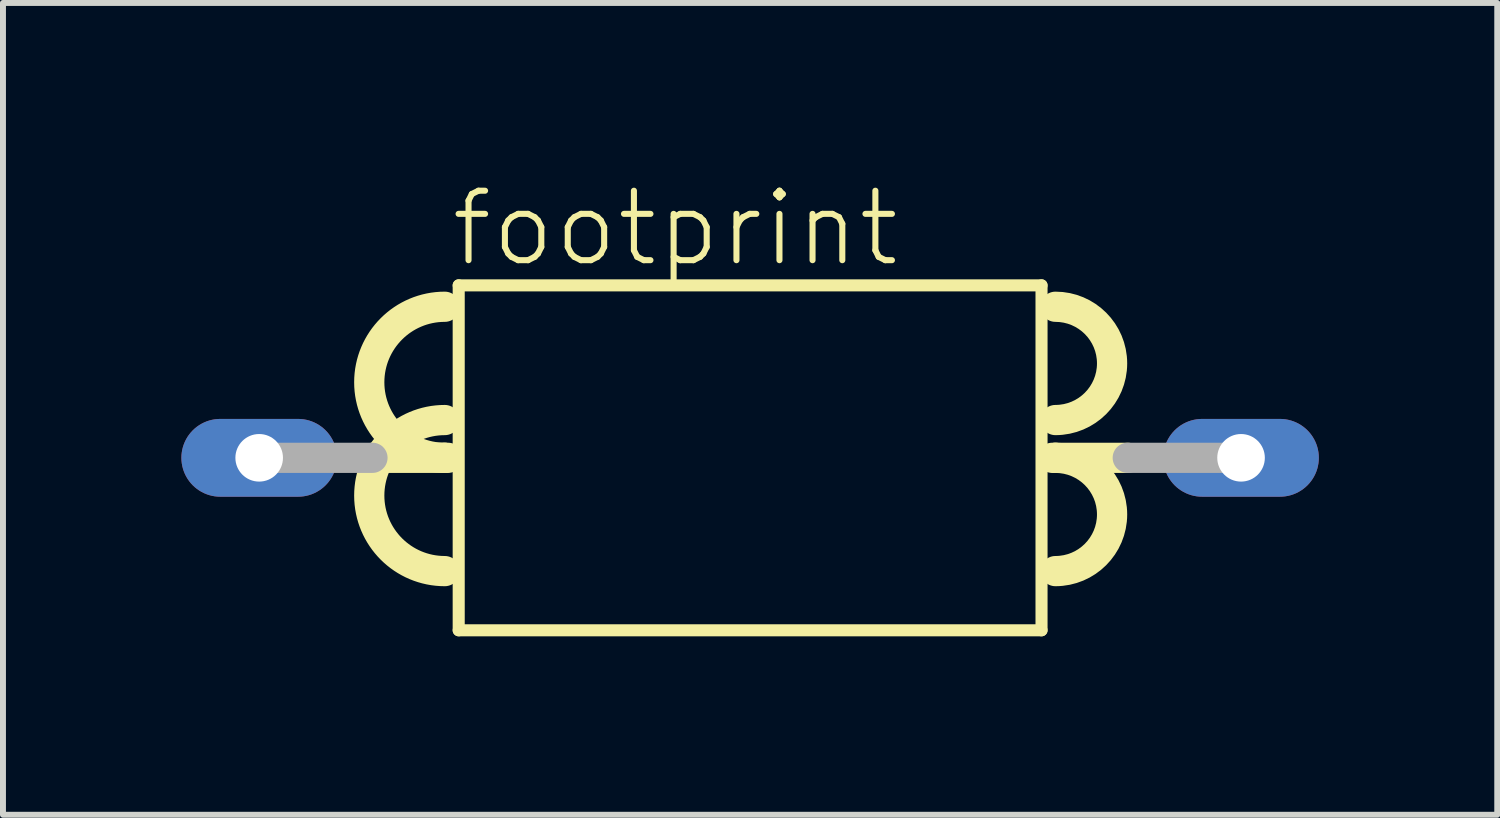
<source format=kicad_pcb>
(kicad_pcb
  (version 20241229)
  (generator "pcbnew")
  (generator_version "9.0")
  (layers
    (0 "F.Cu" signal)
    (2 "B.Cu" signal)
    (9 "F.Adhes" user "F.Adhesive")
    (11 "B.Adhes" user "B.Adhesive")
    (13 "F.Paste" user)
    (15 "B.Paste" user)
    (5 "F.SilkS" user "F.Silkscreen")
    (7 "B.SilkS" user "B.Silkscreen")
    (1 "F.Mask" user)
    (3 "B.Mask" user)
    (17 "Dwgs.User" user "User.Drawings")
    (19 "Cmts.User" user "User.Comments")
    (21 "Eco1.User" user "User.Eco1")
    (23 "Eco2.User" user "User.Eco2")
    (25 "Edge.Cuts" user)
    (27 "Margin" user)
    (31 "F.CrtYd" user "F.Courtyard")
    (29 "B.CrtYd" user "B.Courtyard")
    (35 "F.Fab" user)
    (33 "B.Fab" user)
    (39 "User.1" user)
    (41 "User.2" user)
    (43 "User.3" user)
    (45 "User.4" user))
  (footprint "footprint"
    (layer "F.Cu")
    (at 9.563 4.648)
    (property "Reference" "footprint" (at -5.08 -3.175 0) (layer "F.SilkS") (effects (font (size 1.168 1.168) (thickness 0.102)) (justify left bottom)))
    (fp_line (start -5.134 0) (end -6.35 0) (stroke (width 0.508) (type solid)) (layer "F.SilkS"))
    (fp_line (start -5.08 0) (end -5.134 0) (stroke (width 0.508) (type solid)) (layer "F.SilkS"))
    (fp_line (start -4.9 -2.9) (end -4.9 2.9) (stroke (width 0.203) (type solid)) (layer "F.SilkS"))
    (fp_line (start -4.9 2.9) (end 4.9 2.9) (stroke (width 0.203) (type solid)) (layer "F.SilkS"))
    (fp_line (start 4.9 -2.9) (end -4.9 -2.9) (stroke (width 0.203) (type solid)) (layer "F.SilkS"))
    (fp_line (start 4.9 2.9) (end 4.9 -2.9) (stroke (width 0.203) (type solid)) (layer "F.SilkS"))
    (fp_line (start 5.08 0) (end 5.134 0) (stroke (width 0.508) (type solid)) (layer "F.SilkS"))
    (fp_line (start 5.134 0) (end 6.35 0) (stroke (width 0.508) (type solid)) (layer "F.SilkS"))
    (fp_arc (start -5.134 0) (mid -6.404 -1.27) (end -5.134 -2.54) (stroke (width 0.508) (type solid)) (layer "F.SilkS"))
    (fp_arc (start -5.134 1.905) (mid -6.404 0.635) (end -5.134 -0.635) (stroke (width 0.508) (type solid)) (layer "F.SilkS"))
    (fp_arc (start 5.134 -2.54) (mid 6.0865 -1.5875) (end 5.134 -0.635) (stroke (width 0.508) (type solid)) (layer "F.SilkS"))
    (fp_arc (start 5.134 0) (mid 6.0865 0.9525) (end 5.134 1.905) (stroke (width 0.508) (type solid)) (layer "F.SilkS"))
    (fp_line (start -8.255 0) (end -6.35 0) (stroke (width 0.508) (type solid)) (layer "F.Fab"))
    (fp_line (start 6.35 0) (end 8.255 0) (stroke (width 0.508) (type solid)) (layer "F.Fab"))
    (pad "1" thru_hole oval (at -8.255 0) (size 2.616 1.308) (drill 0.8) (layers "*.Cu" "*.Mask"))
    (pad "2" thru_hole oval (at 8.255 0) (size 2.616 1.308) (drill 0.8) (layers "*.Cu" "*.Mask")))
  (gr_rect
    (start -3 -3)
    (end 22.126 10.65)
    (stroke (width 0.1) (type default))
    (fill no)
    (layer "Edge.Cuts")))
</source>
